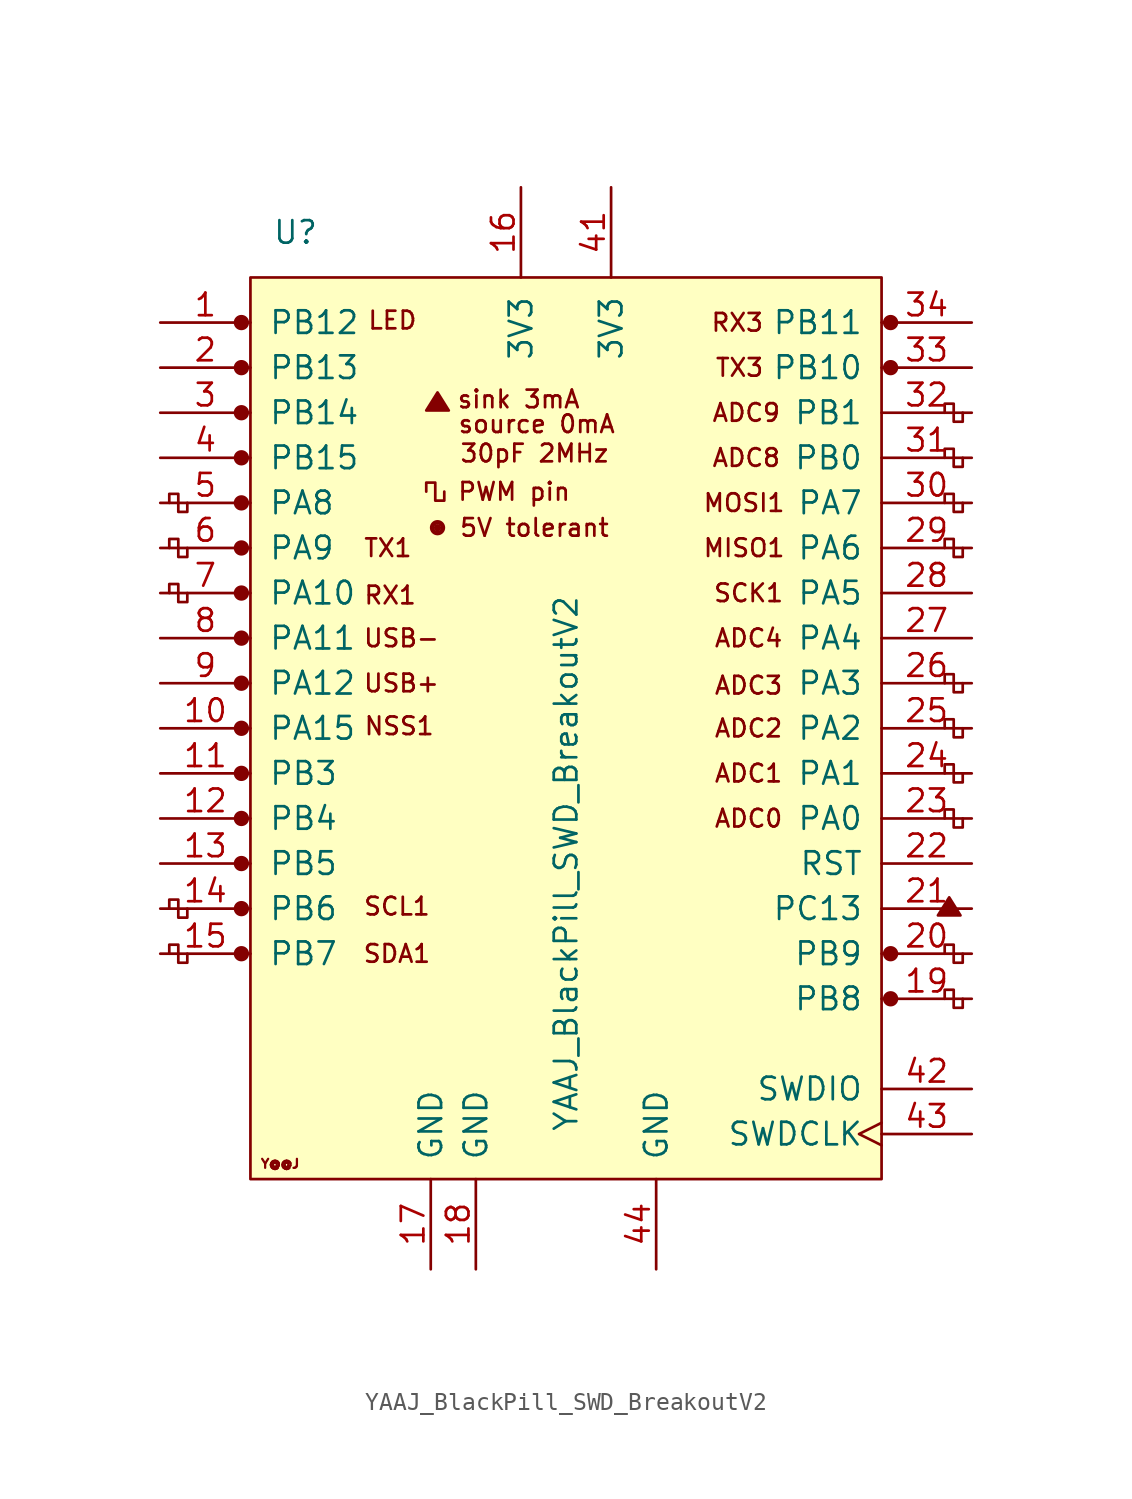
<source format=kicad_sym>
(kicad_symbol_lib
  (version 20231120)
  (generator "kicad_symbol_editor")
  (generator_version "8.0")
  (symbol "YAAJ_BlackPill_SWD_BreakoutV2"
    (pin_names
      (offset 1.016))
    (property "Reference" "U"
      (at -15.24 27.94 0)
      (effects (font (size 1.27 1.27))))
    (property "Value" "YAAJ_BlackPill_SWD_BreakoutV2"
      (at 0 -7.62 90)
      (effects (font (size 1.27 1.27))))
    (symbol "YAAJ_BlackPill_SWD_BreakoutV2_0_0"
      (circle (center -18.288 -12.7) (radius 0.356) (stroke (width 0) (type solid)) (fill (type outline)))
      (circle (center -18.288 -10.16) (radius 0.356) (stroke (width 0) (type solid)) (fill (type outline)))
      (circle (center -18.288 -7.62) (radius 0.356) (stroke (width 0) (type solid)) (fill (type outline)))
      (circle (center -18.288 -5.08) (radius 0.356) (stroke (width 0) (type solid)) (fill (type outline)))
      (circle (center -18.288 -2.54) (radius 0.356) (stroke (width 0) (type solid)) (fill (type outline)))
      (circle (center -18.288 0) (radius 0.356) (stroke (width 0) (type solid)) (fill (type outline)))
      (circle (center -18.288 2.54) (radius 0.356) (stroke (width 0) (type solid)) (fill (type outline)))
      (circle (center -18.288 5.08) (radius 0.356) (stroke (width 0) (type solid)) (fill (type outline)))
      (circle (center -18.288 7.62) (radius 0.356) (stroke (width 0) (type solid)) (fill (type outline)))
      (circle (center -18.288 10.16) (radius 0.356) (stroke (width 0) (type solid)) (fill (type outline)))
      (circle (center -18.288 12.7) (radius 0.356) (stroke (width 0) (type solid)) (fill (type outline)))
      (circle (center -18.288 15.24) (radius 0.356) (stroke (width 0) (type solid)) (fill (type outline)))
      (circle (center -18.288 17.78) (radius 0.356) (stroke (width 0) (type solid)) (fill (type outline)))
      (circle (center -18.288 22.86) (radius 0.356) (stroke (width 0) (type solid)) (fill (type outline)))
      (circle (center -7.239 11.303) (radius 0.127) (stroke (width 0) (type solid)) (fill (type outline)))
      (circle (center -7.239 11.303) (radius 0.254) (stroke (width 0) (type solid)) (fill (type none)))
      (circle (center -7.239 11.303) (radius 0.356) (stroke (width 0) (type solid)) (fill (type none)))
      (polyline (pts (xy -7.874 17.907) (xy -7.239 18.923) (xy -6.604 17.907) (xy -7.874 17.907) (xy -7.239 18.796) (xy -6.731 17.907) (xy -7.747 18.034) (xy -7.239 18.669) (xy -6.858 17.907) (xy -7.62 18.161) (xy -7.112 18.542) (xy -6.985 17.907) (xy -7.493 18.288) (xy -6.985 18.415) (xy -7.112 18.034) (xy -7.366 18.288) (xy -7.112 18.161) (xy -7.239 18.415)) (stroke (width 0) (type solid)) (fill (type none)))
      (polyline (pts (xy 20.955 -10.541) (xy 21.59 -9.525) (xy 22.225 -10.541) (xy 20.955 -10.541) (xy 21.59 -9.652) (xy 22.098 -10.541) (xy 21.082 -10.414) (xy 21.59 -9.779) (xy 21.971 -10.541) (xy 21.209 -10.287) (xy 21.717 -9.906) (xy 21.844 -10.541) (xy 21.336 -10.16) (xy 21.844 -10.033) (xy 21.717 -10.414) (xy 21.463 -10.16) (xy 21.717 -10.287) (xy 21.59 -10.033)) (stroke (width 0) (type solid)) (fill (type none)))
      (circle (center 18.288 -15.24) (radius 0.356) (stroke (width 0) (type solid)) (fill (type outline)))
      (circle (center 18.288 -12.7) (radius 0.356) (stroke (width 0) (type solid)) (fill (type outline)))
      (circle (center 18.288 20.32) (radius 0.254) (stroke (width 0) (type solid)) (fill (type outline)))
      (circle (center 18.288 20.32) (radius 0.356) (stroke (width 0) (type solid)) (fill (type none)))
      (circle (center 18.288 22.86) (radius 0.254) (stroke (width 0) (type solid)) (fill (type outline)))
      (circle (center 18.288 22.86) (radius 0.356) (stroke (width 0) (type solid)) (fill (type none)))
      (text "30pF 2MHz" (at -1.778 15.494 0) (effects (font (size 0.991 0.991))))
      (text "5V tolerant" (at -1.778 11.303 0) (effects (font (size 0.991 0.991))))
      (text "ADC0" (at 10.287 -5.08 0) (effects (font (size 0.991 0.991))))
      (text "ADC1" (at 10.287 -2.54 0) (effects (font (size 0.991 0.991))))
      (text "ADC2" (at 10.287 0 0) (effects (font (size 0.991 0.991))))
      (text "ADC3" (at 10.287 2.413 0) (effects (font (size 0.991 0.991))))
      (text "ADC4" (at 10.287 5.08 0) (effects (font (size 0.991 0.991))))
      (text "ADC8" (at 10.16 15.24 0) (effects (font (size 0.991 0.991))))
      (text "ADC9" (at 10.16 17.78 0) (effects (font (size 0.991 0.991))))
      (text "LED" (at -9.779 22.987 0) (effects (font (size 0.991 0.991))))
      (text "MISO1" (at 10.033 10.16 0) (effects (font (size 0.991 0.991))))
      (text "MOSI1" (at 10.033 12.7 0) (effects (font (size 0.991 0.991))))
      (text "NSS1" (at -9.398 0.127 0) (effects (font (size 0.991 0.991))))
      (text "PWM pin" (at -2.921 13.335 0) (effects (font (size 0.991 0.991))))
      (text "RX1" (at -9.906 7.493 0) (effects (font (size 0.991 0.991))))
      (text "RX3" (at 9.652 22.86 0) (effects (font (size 0.991 0.991))))
      (text "SCK1" (at 10.287 7.62 0) (effects (font (size 0.991 0.991))))
      (text "SCL1" (at -9.525 -10.033 0) (effects (font (size 0.991 0.991))))
      (text "SDA1" (at -9.525 -12.7 0) (effects (font (size 0.991 0.991))))
      (text "sink 3mA" (at -2.667 18.542 0) (effects (font (size 0.991 0.991))))
      (text "source 0mA" (at -1.651 17.145 0) (effects (font (size 0.991 0.991))))
      (text "TX1" (at -10.033 10.16 0) (effects (font (size 0.991 0.991))))
      (text "TX3" (at 9.779 20.32 0) (effects (font (size 0.991 0.991))))
      (text "USB+" (at -9.271 2.54 0) (effects (font (size 0.991 0.991))))
      (text "USB-" (at -9.271 5.08 0) (effects (font (size 0.991 0.991))))
      (text "Y@@J" (at -16.104 -24.536 0) (effects (font (size 0.508 0.508)))))
    (symbol "YAAJ_BlackPill_SWD_BreakoutV2_0_1"
      (rectangle (start -17.78 25.4) (end 17.78 -25.4) (stroke (width 0) (type solid)) (fill (type background)))
      (polyline (pts (xy -21.336 -12.7) (xy -21.336 -13.208) (xy -21.844 -13.208) (xy -21.844 -12.192) (xy -22.352 -12.192) (xy -22.352 -12.7)) (stroke (width 0) (type solid)) (fill (type none)))
      (polyline (pts (xy -21.336 -10.16) (xy -21.336 -10.668) (xy -21.844 -10.668) (xy -21.844 -9.652) (xy -22.352 -9.652) (xy -22.352 -10.16)) (stroke (width 0) (type solid)) (fill (type none)))
      (polyline (pts (xy -21.336 7.62) (xy -21.336 7.112) (xy -21.844 7.112) (xy -21.844 8.128) (xy -22.352 8.128) (xy -22.352 7.62)) (stroke (width 0) (type solid)) (fill (type none)))
      (polyline (pts (xy -21.336 10.16) (xy -21.336 9.652) (xy -21.844 9.652) (xy -21.844 10.668) (xy -22.352 10.668) (xy -22.352 10.16)) (stroke (width 0) (type solid)) (fill (type none)))
      (polyline (pts (xy -21.336 12.7) (xy -21.336 12.192) (xy -21.844 12.192) (xy -21.844 13.208) (xy -22.352 13.208) (xy -22.352 12.7)) (stroke (width 0) (type solid)) (fill (type none)))
      (polyline (pts (xy -6.858 13.335) (xy -6.858 12.827) (xy -7.366 12.827) (xy -7.366 13.843) (xy -7.874 13.843) (xy -7.874 13.335)) (stroke (width 0) (type solid)) (fill (type none)))
      (polyline (pts (xy 21.336 -15.24) (xy 21.336 -14.732) (xy 21.844 -14.732) (xy 21.844 -15.748) (xy 22.352 -15.748) (xy 22.352 -15.24)) (stroke (width 0) (type solid)) (fill (type none)))
      (polyline (pts (xy 21.336 -12.7) (xy 21.336 -12.192) (xy 21.844 -12.192) (xy 21.844 -13.208) (xy 22.352 -13.208) (xy 22.352 -12.7)) (stroke (width 0) (type solid)) (fill (type none)))
      (polyline (pts (xy 22.352 -5.08) (xy 22.352 -5.588) (xy 21.844 -5.588) (xy 21.844 -4.572) (xy 21.336 -4.572) (xy 21.336 -5.08)) (stroke (width 0) (type solid)) (fill (type none)))
      (polyline (pts (xy 22.352 -2.54) (xy 22.352 -3.048) (xy 21.844 -3.048) (xy 21.844 -2.032) (xy 21.336 -2.032) (xy 21.336 -2.54)) (stroke (width 0) (type solid)) (fill (type none)))
      (polyline (pts (xy 22.352 0) (xy 22.352 -0.508) (xy 21.844 -0.508) (xy 21.844 0.508) (xy 21.336 0.508) (xy 21.336 0)) (stroke (width 0) (type solid)) (fill (type none)))
      (polyline (pts (xy 22.352 2.54) (xy 22.352 2.032) (xy 21.844 2.032) (xy 21.844 3.048) (xy 21.336 3.048) (xy 21.336 2.54)) (stroke (width 0) (type solid)) (fill (type none)))
      (polyline (pts (xy 22.352 10.16) (xy 22.352 9.652) (xy 21.844 9.652) (xy 21.844 10.668) (xy 21.336 10.668) (xy 21.336 10.16)) (stroke (width 0) (type solid)) (fill (type none)))
      (polyline (pts (xy 22.352 12.7) (xy 22.352 12.192) (xy 21.844 12.192) (xy 21.844 13.208) (xy 21.336 13.208) (xy 21.336 12.7)) (stroke (width 0) (type solid)) (fill (type none)))
      (polyline (pts (xy 22.352 15.24) (xy 22.352 14.732) (xy 21.844 14.732) (xy 21.844 15.748) (xy 21.336 15.748) (xy 21.336 15.24)) (stroke (width 0) (type solid)) (fill (type none)))
      (polyline (pts (xy 22.352 17.78) (xy 22.352 17.272) (xy 21.844 17.272) (xy 21.844 18.288) (xy 21.336 18.288) (xy 21.336 17.78)) (stroke (width 0) (type solid)) (fill (type none))))
    (symbol "YAAJ_BlackPill_SWD_BreakoutV2_1_1"
      (circle (center -18.288 20.32) (radius 0.356) (stroke (width 0) (type solid)) (fill (type outline)))
      (pin bidirectional line (at -22.86 22.86 0) (length 5.08) (name "PB12" (effects (font (size 1.27 1.27)))) (number "1" (effects (font (size 1.27 1.27)))))
      (pin bidirectional line (at -22.86 0 0) (length 5.08) (name "PA15" (effects (font (size 1.27 1.27)))) (number "10" (effects (font (size 1.27 1.27)))))
      (pin bidirectional line (at -22.86 -2.54 0) (length 5.08) (name "PB3" (effects (font (size 1.27 1.27)))) (number "11" (effects (font (size 1.27 1.27)))))
      (pin bidirectional line (at -22.86 -5.08 0) (length 5.08) (name "PB4" (effects (font (size 1.27 1.27)))) (number "12" (effects (font (size 1.27 1.27)))))
      (pin bidirectional line (at -22.86 -7.62 0) (length 5.08) (name "PB5" (effects (font (size 1.27 1.27)))) (number "13" (effects (font (size 1.27 1.27)))))
      (pin bidirectional line (at -22.86 -10.16 0) (length 5.08) (name "PB6" (effects (font (size 1.27 1.27)))) (number "14" (effects (font (size 1.27 1.27)))))
      (pin bidirectional line (at -22.86 -12.7 0) (length 5.08) (name "PB7" (effects (font (size 1.27 1.27)))) (number "15" (effects (font (size 1.27 1.27)))))
      (pin power_in line (at -2.54 30.48 270) (length 5.08) (name "3V3" (effects (font (size 1.27 1.27)))) (number "16" (effects (font (size 1.27 1.27)))))
      (pin power_out line (at -7.62 -30.48 90) (length 5.08) (name "GND" (effects (font (size 1.27 1.27)))) (number "17" (effects (font (size 1.27 1.27)))))
      (pin power_out line (at -5.08 -30.48 90) (length 5.08) (name "GND" (effects (font (size 1.27 1.27)))) (number "18" (effects (font (size 1.27 1.27)))))
      (pin bidirectional line (at 22.86 -15.24 180) (length 5.08) (name "PB8" (effects (font (size 1.27 1.27)))) (number "19" (effects (font (size 1.27 1.27)))))
      (pin bidirectional line (at -22.86 20.32 0) (length 5.08) (name "PB13" (effects (font (size 1.27 1.27)))) (number "2" (effects (font (size 1.27 1.27)))))
      (pin bidirectional line (at 22.86 -12.7 180) (length 5.08) (name "PB9" (effects (font (size 1.27 1.27)))) (number "20" (effects (font (size 1.27 1.27)))))
      (pin bidirectional line (at 22.86 -10.16 180) (length 5.08) (name "PC13" (effects (font (size 1.27 1.27)))) (number "21" (effects (font (size 1.27 1.27)))))
      (pin input line (at 22.86 -7.62 180) (length 5.08) (name "RST" (effects (font (size 1.27 1.27)))) (number "22" (effects (font (size 1.27 1.27)))))
      (pin bidirectional line (at 22.86 -5.08 180) (length 5.08) (name "PA0" (effects (font (size 1.27 1.27)))) (number "23" (effects (font (size 1.27 1.27)))))
      (pin bidirectional line (at 22.86 -2.54 180) (length 5.08) (name "PA1" (effects (font (size 1.27 1.27)))) (number "24" (effects (font (size 1.27 1.27)))))
      (pin bidirectional line (at 22.86 0 180) (length 5.08) (name "PA2" (effects (font (size 1.27 1.27)))) (number "25" (effects (font (size 1.27 1.27)))))
      (pin bidirectional line (at 22.86 2.54 180) (length 5.08) (name "PA3" (effects (font (size 1.27 1.27)))) (number "26" (effects (font (size 1.27 1.27)))))
      (pin bidirectional line (at 22.86 5.08 180) (length 5.08) (name "PA4" (effects (font (size 1.27 1.27)))) (number "27" (effects (font (size 1.27 1.27)))))
      (pin bidirectional line (at 22.86 7.62 180) (length 5.08) (name "PA5" (effects (font (size 1.27 1.27)))) (number "28" (effects (font (size 1.27 1.27)))))
      (pin bidirectional line (at 22.86 10.16 180) (length 5.08) (name "PA6" (effects (font (size 1.27 1.27)))) (number "29" (effects (font (size 1.27 1.27)))))
      (pin bidirectional line (at -22.86 17.78 0) (length 5.08) (name "PB14" (effects (font (size 1.27 1.27)))) (number "3" (effects (font (size 1.27 1.27)))))
      (pin bidirectional line (at 22.86 12.7 180) (length 5.08) (name "PA7" (effects (font (size 1.27 1.27)))) (number "30" (effects (font (size 1.27 1.27)))))
      (pin bidirectional line (at 22.86 15.24 180) (length 5.08) (name "PB0" (effects (font (size 1.27 1.27)))) (number "31" (effects (font (size 1.27 1.27)))))
      (pin bidirectional line (at 22.86 17.78 180) (length 5.08) (name "PB1" (effects (font (size 1.27 1.27)))) (number "32" (effects (font (size 1.27 1.27)))))
      (pin bidirectional line (at 22.86 20.32 180) (length 5.08) (name "PB10" (effects (font (size 1.27 1.27)))) (number "33" (effects (font (size 1.27 1.27)))))
      (pin bidirectional line (at 22.86 22.86 180) (length 5.08) (name "PB11" (effects (font (size 1.27 1.27)))) (number "34" (effects (font (size 1.27 1.27)))))
      (pin bidirectional line (at -22.86 15.24 0) (length 5.08) (name "PB15" (effects (font (size 1.27 1.27)))) (number "4" (effects (font (size 1.27 1.27)))))
      (pin power_in line (at 2.54 30.48 270) (length 5.08) (name "3V3" (effects (font (size 1.27 1.27)))) (number "41" (effects (font (size 1.27 1.27)))))
      (pin bidirectional line (at 22.86 -20.32 180) (length 5.08) (name "SWDIO" (effects (font (size 1.27 1.27)))) (number "42" (effects (font (size 1.27 1.27)))))
      (pin input clock (at 22.86 -22.86 180) (length 5.08) (name "SWDCLK" (effects (font (size 1.27 1.27)))) (number "43" (effects (font (size 1.27 1.27)))))
      (pin power_out line (at 5.08 -30.48 90) (length 5.08) (name "GND" (effects (font (size 1.27 1.27)))) (number "44" (effects (font (size 1.27 1.27)))))
      (pin bidirectional line (at -22.86 12.7 0) (length 5.08) (name "PA8" (effects (font (size 1.27 1.27)))) (number "5" (effects (font (size 1.27 1.27)))))
      (pin bidirectional line (at -22.86 10.16 0) (length 5.08) (name "PA9" (effects (font (size 1.27 1.27)))) (number "6" (effects (font (size 1.27 1.27)))))
      (pin bidirectional line (at -22.86 7.62 0) (length 5.08) (name "PA10" (effects (font (size 1.27 1.27)))) (number "7" (effects (font (size 1.27 1.27)))))
      (pin bidirectional line (at -22.86 5.08 0) (length 5.08) (name "PA11" (effects (font (size 1.27 1.27)))) (number "8" (effects (font (size 1.27 1.27)))))
      (pin bidirectional line (at -22.86 2.54 0) (length 5.08) (name "PA12" (effects (font (size 1.27 1.27)))) (number "9" (effects (font (size 1.27 1.27))))))))
</source>
